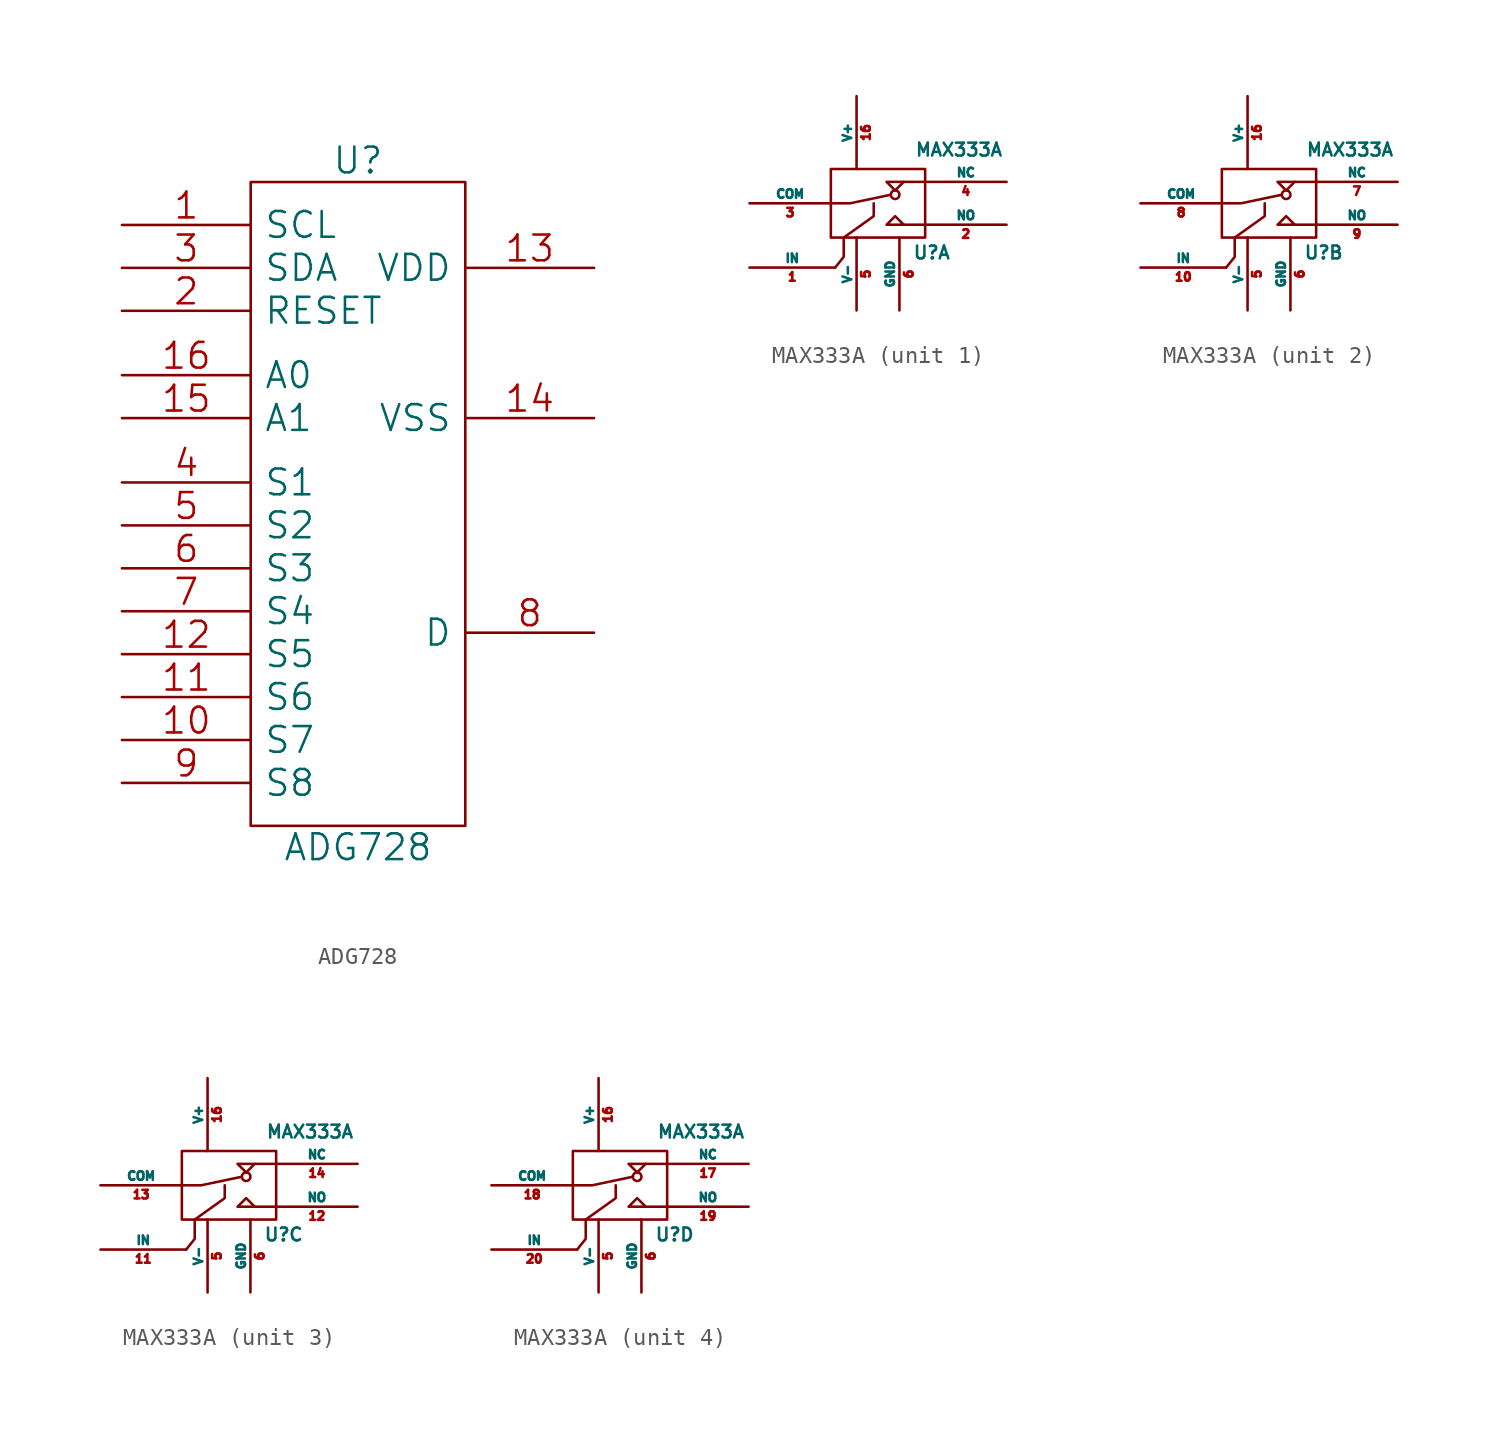
<source format=kicad_sym>
(kicad_symbol_lib
  (version 20220914)
  (generator kicad_symbol_editor)
  (symbol "ADG728"
    (pin_names
      (offset 0.762))
    (property "Reference" "U"
      (at 0 21.59 0)
      (effects (font (size 1.524 1.524))))
    (property "Value" "ADG728"
      (at 0 -19.05 0)
      (effects (font (size 1.524 1.524))))
    (symbol "ADG728_0_1"
      (rectangle (start -6.35 20.32) (end 6.35 -17.78) (stroke (width 0) (type solid)) (fill (type none))))
    (symbol "ADG728_1_1"
      (pin bidirectional line (at -13.97 17.78 0) (length 7.62) (name "SCL" (effects (font (size 1.524 1.524)))) (number "1" (effects (font (size 1.524 1.524)))))
      (pin bidirectional line (at -13.97 -12.7 0) (length 7.62) (name "S7" (effects (font (size 1.524 1.524)))) (number "10" (effects (font (size 1.524 1.524)))))
      (pin bidirectional line (at -13.97 -10.16 0) (length 7.62) (name "S6" (effects (font (size 1.524 1.524)))) (number "11" (effects (font (size 1.524 1.524)))))
      (pin bidirectional line (at -13.97 -7.62 0) (length 7.62) (name "S5" (effects (font (size 1.524 1.524)))) (number "12" (effects (font (size 1.524 1.524)))))
      (pin power_in line (at 13.97 15.24 180) (length 7.62) (name "VDD" (effects (font (size 1.524 1.524)))) (number "13" (effects (font (size 1.524 1.524)))))
      (pin power_in line (at 13.97 6.35 180) (length 7.62) (name "VSS" (effects (font (size 1.524 1.524)))) (number "14" (effects (font (size 1.524 1.524)))))
      (pin input line (at -13.97 6.35 0) (length 7.62) (name "A1" (effects (font (size 1.524 1.524)))) (number "15" (effects (font (size 1.524 1.524)))))
      (pin input line (at -13.97 8.89 0) (length 7.62) (name "A0" (effects (font (size 1.524 1.524)))) (number "16" (effects (font (size 1.524 1.524)))))
      (pin input line (at -13.97 12.7 0) (length 7.62) (name "RESET" (effects (font (size 1.524 1.524)))) (number "2" (effects (font (size 1.524 1.524)))))
      (pin bidirectional line (at -13.97 15.24 0) (length 7.62) (name "SDA" (effects (font (size 1.524 1.524)))) (number "3" (effects (font (size 1.524 1.524)))))
      (pin bidirectional line (at -13.97 2.54 0) (length 7.62) (name "S1" (effects (font (size 1.524 1.524)))) (number "4" (effects (font (size 1.524 1.524)))))
      (pin bidirectional line (at -13.97 0 0) (length 7.62) (name "S2" (effects (font (size 1.524 1.524)))) (number "5" (effects (font (size 1.524 1.524)))))
      (pin bidirectional line (at -13.97 -2.54 0) (length 7.62) (name "S3" (effects (font (size 1.524 1.524)))) (number "6" (effects (font (size 1.524 1.524)))))
      (pin bidirectional line (at -13.97 -5.08 0) (length 7.62) (name "S4" (effects (font (size 1.524 1.524)))) (number "7" (effects (font (size 1.524 1.524)))))
      (pin bidirectional line (at 13.97 -6.35 180) (length 7.62) (name "D" (effects (font (size 1.524 1.524)))) (number "8" (effects (font (size 1.524 1.524)))))
      (pin bidirectional line (at -13.97 -15.24 0) (length 7.62) (name "S8" (effects (font (size 1.524 1.524)))) (number "9" (effects (font (size 1.524 1.524)))))))
  (symbol "MAX333A"
    (pin_names
      (offset 0))
    (property "Reference" "U"
      (at 2.032 -2.921 0)
      (effects (font (size 0.762 0.762)) (justify left)))
    (property "Value" "MAX333A"
      (at 2.159 3.175 0)
      (effects (font (size 0.762 0.762)) (justify left)))
    (symbol "MAX333A_0_1"
      (rectangle (start -2.794 2.032) (end 2.794 -2.032) (stroke (width 0) (type solid)) (fill (type none)))
      (polyline (pts (xy 2.794 -1.27) (xy 1.524 -1.27) (xy 1.524 -1.27)) (stroke (width 0) (type solid)) (fill (type none)))
      (polyline (pts (xy -2.794 0) (xy -1.651 0) (xy 0.762 0.508) (xy 0.762 0.508)) (stroke (width 0) (type solid)) (fill (type none)))
      (polyline (pts (xy 2.794 1.27) (xy 1.524 1.27) (xy 1.524 1.27) (xy 1.524 1.27)) (stroke (width 0) (type solid)) (fill (type none)))
      (polyline (pts (xy 0.508 -1.27) (xy 1.016 -0.762) (xy 1.524 -1.27) (xy 0.508 -1.27) (xy 0.508 -1.27)) (stroke (width 0) (type solid)) (fill (type none)))
      (polyline (pts (xy -0.254 0) (xy -0.254 -0.762) (xy -2.032 -2.032) (xy -2.032 -3.175) (xy -2.54 -3.81) (xy -2.54 -3.81)) (stroke (width 0) (type solid)) (fill (type none)))
      (polyline (pts (xy 1.524 1.27) (xy 0.508 1.27) (xy 1.016 0.762) (xy 1.524 1.27) (xy 1.524 1.27) (xy 1.524 1.27)) (stroke (width 0) (type solid)) (fill (type none)))
      (circle (center 1.016 0.508) (radius 0.254) (stroke (width 0) (type solid)) (fill (type none)))
      (pin power_in line (at -1.27 6.35 270) (length 4.318) (name "V+" (effects (font (size 0.508 0.508)))) (number "16" (effects (font (size 0.508 0.508)))))
      (pin power_in line (at -1.27 -6.35 90) (length 4.318) (name "V-" (effects (font (size 0.508 0.508)))) (number "5" (effects (font (size 0.508 0.508)))))
      (pin power_in line (at 1.27 -6.35 90) (length 4.318) (name "GND" (effects (font (size 0.508 0.508)))) (number "6" (effects (font (size 0.508 0.508))))))
    (symbol "MAX333A_1_1"
      (pin input line (at -7.62 -3.81 0) (length 5.08) (name "IN" (effects (font (size 0.508 0.508)))) (number "1" (effects (font (size 0.508 0.508)))))
      (pin passive line (at 7.62 -1.27 180) (length 4.826) (name "NO" (effects (font (size 0.508 0.508)))) (number "2" (effects (font (size 0.508 0.508)))))
      (pin passive line (at -7.62 0 0) (length 4.826) (name "COM" (effects (font (size 0.508 0.508)))) (number "3" (effects (font (size 0.508 0.508)))))
      (pin passive line (at 7.62 1.27 180) (length 4.826) (name "NC" (effects (font (size 0.508 0.508)))) (number "4" (effects (font (size 0.508 0.508))))))
    (symbol "MAX333A_2_1"
      (pin input line (at -7.62 -3.81 0) (length 5.08) (name "IN" (effects (font (size 0.508 0.508)))) (number "10" (effects (font (size 0.508 0.508)))))
      (pin passive line (at 7.62 1.27 180) (length 4.826) (name "NC" (effects (font (size 0.508 0.508)))) (number "7" (effects (font (size 0.508 0.508)))))
      (pin passive line (at -7.62 0 0) (length 4.826) (name "COM" (effects (font (size 0.508 0.508)))) (number "8" (effects (font (size 0.508 0.508)))))
      (pin passive line (at 7.62 -1.27 180) (length 4.826) (name "NO" (effects (font (size 0.508 0.508)))) (number "9" (effects (font (size 0.508 0.508))))))
    (symbol "MAX333A_3_1"
      (pin input line (at -7.62 -3.81 0) (length 5.08) (name "IN" (effects (font (size 0.508 0.508)))) (number "11" (effects (font (size 0.508 0.508)))))
      (pin passive line (at 7.62 -1.27 180) (length 4.826) (name "NO" (effects (font (size 0.508 0.508)))) (number "12" (effects (font (size 0.508 0.508)))))
      (pin passive line (at -7.62 0 0) (length 4.826) (name "COM" (effects (font (size 0.508 0.508)))) (number "13" (effects (font (size 0.508 0.508)))))
      (pin passive line (at 7.62 1.27 180) (length 4.826) (name "NC" (effects (font (size 0.508 0.508)))) (number "14" (effects (font (size 0.508 0.508))))))
    (symbol "MAX333A_4_1"
      (pin passive line (at 7.62 1.27 180) (length 4.826) (name "NC" (effects (font (size 0.508 0.508)))) (number "17" (effects (font (size 0.508 0.508)))))
      (pin passive line (at -7.62 0 0) (length 4.826) (name "COM" (effects (font (size 0.508 0.508)))) (number "18" (effects (font (size 0.508 0.508)))))
      (pin passive line (at 7.62 -1.27 180) (length 4.826) (name "NO" (effects (font (size 0.508 0.508)))) (number "19" (effects (font (size 0.508 0.508)))))
      (pin input line (at -7.62 -3.81 0) (length 5.08) (name "IN" (effects (font (size 0.508 0.508)))) (number "20" (effects (font (size 0.508 0.508))))))))
</source>
